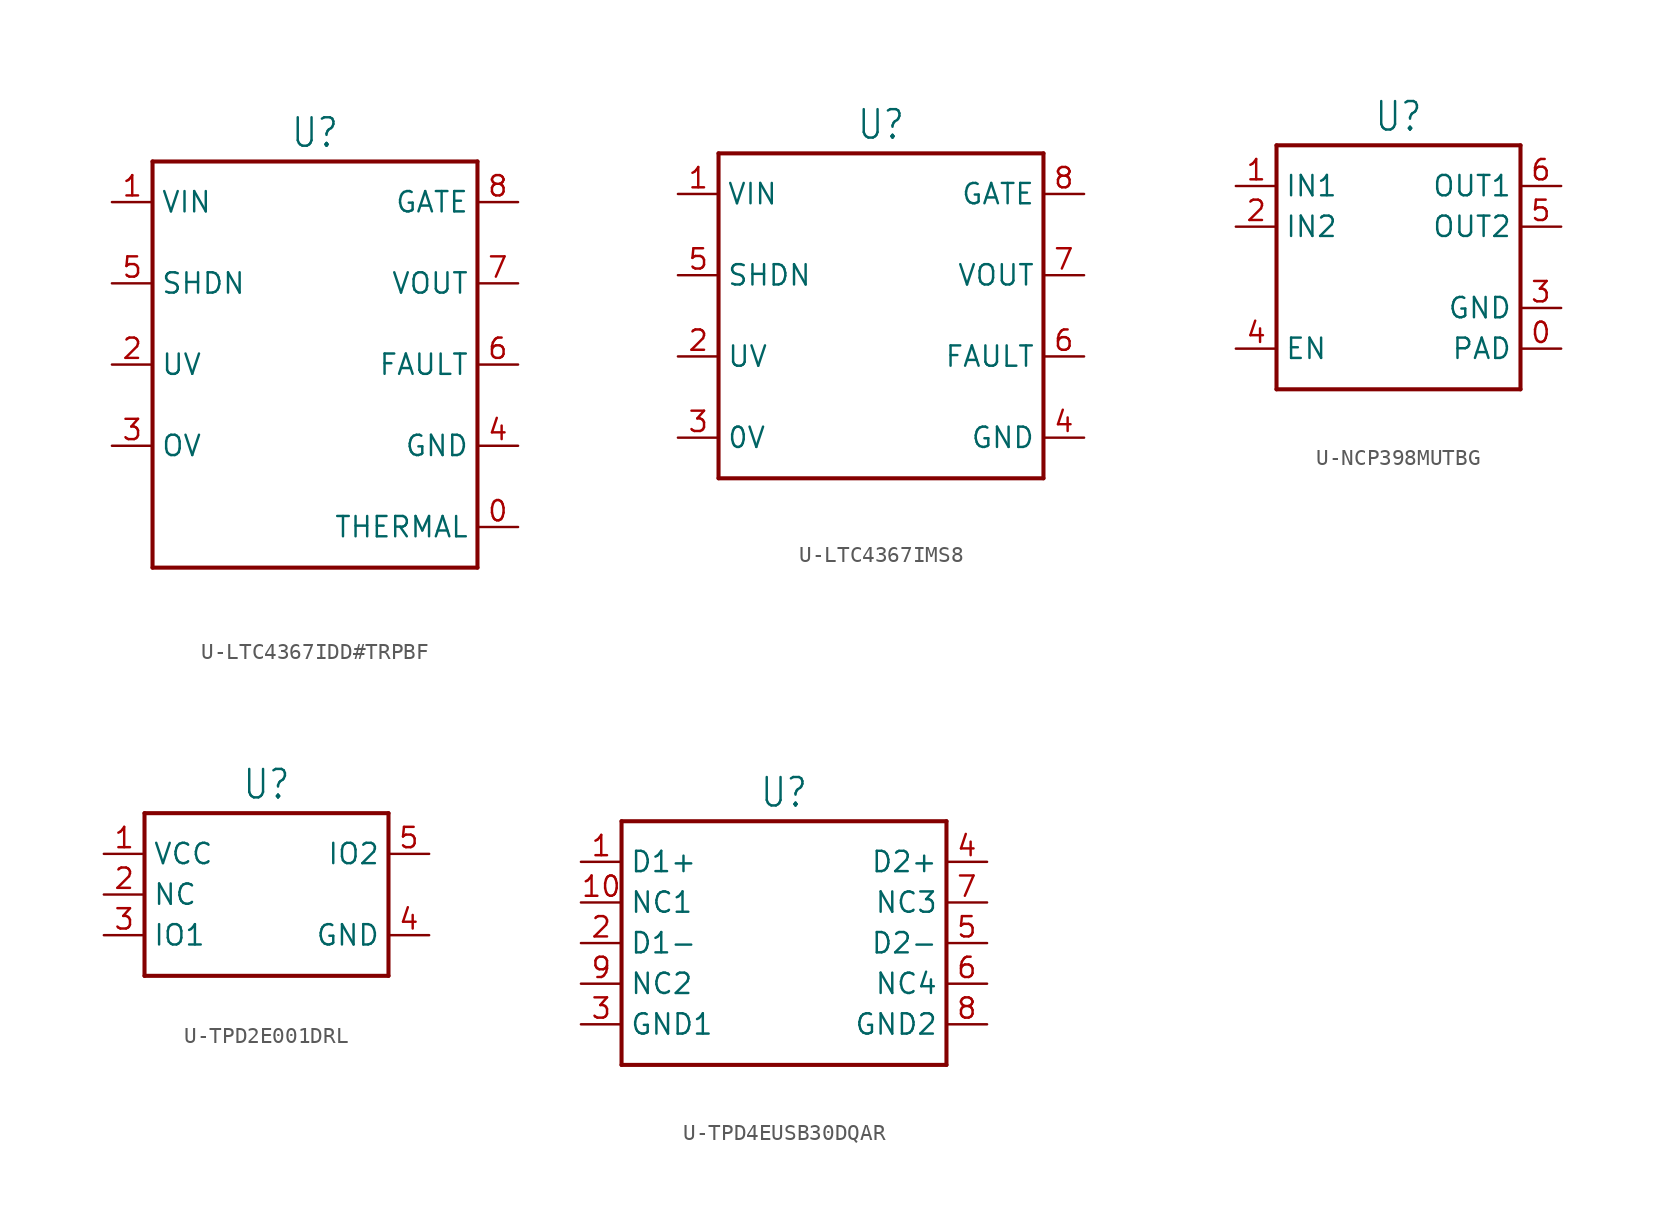
<source format=kicad_sym>
(kicad_symbol_lib
  (version 20231120)
  (generator "kicad_symbol_editor")
  (generator_version "8.0")
  (symbol "U-LTC4367IDD#TRPBF"
    (property "Reference" "U"
      (at 0 13.462 0)
      (effects (font (size 1.778 1.511)) (justify bottom)))
    (property "Value" ""
      (at 0 -13.462 0)
      (effects (font (size 1.778 1.511)) (justify top)))
    (property "ki_locked" ""
      (at 0 0 0)
      (effects (font (size 1.27 1.27))))
    (symbol "U-LTC4367IDD#TRPBF_1_0"
      (polyline (pts (xy -10.16 -12.7) (xy -10.16 12.7)) (stroke (width 0.254) (type solid)) (fill (type none)))
      (polyline (pts (xy -10.16 12.7) (xy 10.16 12.7)) (stroke (width 0.254) (type solid)) (fill (type none)))
      (polyline (pts (xy 10.16 -12.7) (xy -10.16 -12.7)) (stroke (width 0.254) (type solid)) (fill (type none)))
      (polyline (pts (xy 10.16 12.7) (xy 10.16 -12.7)) (stroke (width 0.254) (type solid)) (fill (type none)))
      (pin passive line (at 12.7 -10.16 180) (length 2.54) (name "THERMAL" (effects (font (size 1.27 1.27)))) (number "0" (effects (font (size 1.27 1.27)))))
      (pin passive line (at -12.7 10.16 0) (length 2.54) (name "VIN" (effects (font (size 1.27 1.27)))) (number "1" (effects (font (size 1.27 1.27)))))
      (pin passive line (at -12.7 0 0) (length 2.54) (name "UV" (effects (font (size 1.27 1.27)))) (number "2" (effects (font (size 1.27 1.27)))))
      (pin passive line (at -12.7 -5.08 0) (length 2.54) (name "OV" (effects (font (size 1.27 1.27)))) (number "3" (effects (font (size 1.27 1.27)))))
      (pin passive line (at 12.7 -5.08 180) (length 2.54) (name "GND" (effects (font (size 1.27 1.27)))) (number "4" (effects (font (size 1.27 1.27)))))
      (pin passive line (at -12.7 5.08 0) (length 2.54) (name "SHDN" (effects (font (size 1.27 1.27)))) (number "5" (effects (font (size 1.27 1.27)))))
      (pin passive line (at 12.7 0 180) (length 2.54) (name "FAULT" (effects (font (size 1.27 1.27)))) (number "6" (effects (font (size 1.27 1.27)))))
      (pin passive line (at 12.7 5.08 180) (length 2.54) (name "VOUT" (effects (font (size 1.27 1.27)))) (number "7" (effects (font (size 1.27 1.27)))))
      (pin passive line (at 12.7 10.16 180) (length 2.54) (name "GATE" (effects (font (size 1.27 1.27)))) (number "8" (effects (font (size 1.27 1.27)))))))
  (symbol "U-LTC4367IMS8"
    (property "Reference" "U"
      (at 0 10.922 0)
      (effects (font (size 1.778 1.511)) (justify bottom)))
    (property "Value" ""
      (at 0 -10.922 0)
      (effects (font (size 1.778 1.511)) (justify top)))
    (property "ki_locked" ""
      (at 0 0 0)
      (effects (font (size 1.27 1.27))))
    (symbol "U-LTC4367IMS8_1_0"
      (polyline (pts (xy -10.16 -10.16) (xy -10.16 10.16)) (stroke (width 0.254) (type solid)) (fill (type none)))
      (polyline (pts (xy -10.16 10.16) (xy 10.16 10.16)) (stroke (width 0.254) (type solid)) (fill (type none)))
      (polyline (pts (xy 10.16 -10.16) (xy -10.16 -10.16)) (stroke (width 0.254) (type solid)) (fill (type none)))
      (polyline (pts (xy 10.16 10.16) (xy 10.16 -10.16)) (stroke (width 0.254) (type solid)) (fill (type none)))
      (pin passive line (at -12.7 7.62 0) (length 2.54) (name "VIN" (effects (font (size 1.27 1.27)))) (number "1" (effects (font (size 1.27 1.27)))))
      (pin passive line (at -12.7 -2.54 0) (length 2.54) (name "UV" (effects (font (size 1.27 1.27)))) (number "2" (effects (font (size 1.27 1.27)))))
      (pin passive line (at -12.7 -7.62 0) (length 2.54) (name "0V" (effects (font (size 1.27 1.27)))) (number "3" (effects (font (size 1.27 1.27)))))
      (pin passive line (at 12.7 -7.62 180) (length 2.54) (name "GND" (effects (font (size 1.27 1.27)))) (number "4" (effects (font (size 1.27 1.27)))))
      (pin passive line (at -12.7 2.54 0) (length 2.54) (name "SHDN" (effects (font (size 1.27 1.27)))) (number "5" (effects (font (size 1.27 1.27)))))
      (pin passive line (at 12.7 -2.54 180) (length 2.54) (name "FAULT" (effects (font (size 1.27 1.27)))) (number "6" (effects (font (size 1.27 1.27)))))
      (pin passive line (at 12.7 2.54 180) (length 2.54) (name "VOUT" (effects (font (size 1.27 1.27)))) (number "7" (effects (font (size 1.27 1.27)))))
      (pin passive line (at 12.7 7.62 180) (length 2.54) (name "GATE" (effects (font (size 1.27 1.27)))) (number "8" (effects (font (size 1.27 1.27)))))))
  (symbol "U-NCP398MUTBG"
    (property "Reference" "U"
      (at 0 8.382 0)
      (effects (font (size 1.778 1.511)) (justify bottom)))
    (property "Value" ""
      (at 0 -8.382 0)
      (effects (font (size 1.778 1.511)) (justify top)))
    (property "ki_locked" ""
      (at 0 0 0)
      (effects (font (size 1.27 1.27))))
    (symbol "U-NCP398MUTBG_1_0"
      (polyline (pts (xy -7.62 -7.62) (xy -7.62 7.62)) (stroke (width 0.254) (type solid)) (fill (type none)))
      (polyline (pts (xy -7.62 7.62) (xy 7.62 7.62)) (stroke (width 0.254) (type solid)) (fill (type none)))
      (polyline (pts (xy 7.62 -7.62) (xy -7.62 -7.62)) (stroke (width 0.254) (type solid)) (fill (type none)))
      (polyline (pts (xy 7.62 7.62) (xy 7.62 -7.62)) (stroke (width 0.254) (type solid)) (fill (type none)))
      (pin passive line (at 10.16 -5.08 180) (length 2.54) (name "PAD" (effects (font (size 1.27 1.27)))) (number "0" (effects (font (size 1.27 1.27)))))
      (pin passive line (at -10.16 5.08 0) (length 2.54) (name "IN1" (effects (font (size 1.27 1.27)))) (number "1" (effects (font (size 1.27 1.27)))))
      (pin passive line (at -10.16 2.54 0) (length 2.54) (name "IN2" (effects (font (size 1.27 1.27)))) (number "2" (effects (font (size 1.27 1.27)))))
      (pin passive line (at 10.16 -2.54 180) (length 2.54) (name "GND" (effects (font (size 1.27 1.27)))) (number "3" (effects (font (size 1.27 1.27)))))
      (pin passive line (at -10.16 -5.08 0) (length 2.54) (name "EN" (effects (font (size 1.27 1.27)))) (number "4" (effects (font (size 1.27 1.27)))))
      (pin passive line (at 10.16 2.54 180) (length 2.54) (name "OUT2" (effects (font (size 1.27 1.27)))) (number "5" (effects (font (size 1.27 1.27)))))
      (pin passive line (at 10.16 5.08 180) (length 2.54) (name "OUT1" (effects (font (size 1.27 1.27)))) (number "6" (effects (font (size 1.27 1.27)))))))
  (symbol "U-TPD2E001DRL"
    (property "Reference" "U"
      (at 0 5.842 0)
      (effects (font (size 1.778 1.511)) (justify bottom)))
    (property "Value" ""
      (at 0 -5.842 0)
      (effects (font (size 1.778 1.511)) (justify top)))
    (property "ki_locked" ""
      (at 0 0 0)
      (effects (font (size 1.27 1.27))))
    (symbol "U-TPD2E001DRL_1_0"
      (polyline (pts (xy -7.62 -5.08) (xy -7.62 5.08)) (stroke (width 0.254) (type solid)) (fill (type none)))
      (polyline (pts (xy -7.62 5.08) (xy 7.62 5.08)) (stroke (width 0.254) (type solid)) (fill (type none)))
      (polyline (pts (xy 7.62 -5.08) (xy -7.62 -5.08)) (stroke (width 0.254) (type solid)) (fill (type none)))
      (polyline (pts (xy 7.62 5.08) (xy 7.62 -5.08)) (stroke (width 0.254) (type solid)) (fill (type none)))
      (pin passive line (at -10.16 2.54 0) (length 2.54) (name "VCC" (effects (font (size 1.27 1.27)))) (number "1" (effects (font (size 1.27 1.27)))))
      (pin passive line (at -10.16 0 0) (length 2.54) (name "NC" (effects (font (size 1.27 1.27)))) (number "2" (effects (font (size 1.27 1.27)))))
      (pin passive line (at -10.16 -2.54 0) (length 2.54) (name "IO1" (effects (font (size 1.27 1.27)))) (number "3" (effects (font (size 1.27 1.27)))))
      (pin passive line (at 10.16 -2.54 180) (length 2.54) (name "GND" (effects (font (size 1.27 1.27)))) (number "4" (effects (font (size 1.27 1.27)))))
      (pin passive line (at 10.16 2.54 180) (length 2.54) (name "IO2" (effects (font (size 1.27 1.27)))) (number "5" (effects (font (size 1.27 1.27)))))))
  (symbol "U-TPD4EUSB30DQAR"
    (property "Reference" "U"
      (at 0 8.382 0)
      (effects (font (size 1.778 1.511)) (justify bottom)))
    (property "Value" ""
      (at 0 -8.382 0)
      (effects (font (size 1.778 1.511)) (justify top)))
    (property "ki_locked" ""
      (at 0 0 0)
      (effects (font (size 1.27 1.27))))
    (symbol "U-TPD4EUSB30DQAR_1_0"
      (polyline (pts (xy -10.16 -7.62) (xy -10.16 7.62)) (stroke (width 0.254) (type solid)) (fill (type none)))
      (polyline (pts (xy -10.16 7.62) (xy 10.16 7.62)) (stroke (width 0.254) (type solid)) (fill (type none)))
      (polyline (pts (xy 10.16 -7.62) (xy -10.16 -7.62)) (stroke (width 0.254) (type solid)) (fill (type none)))
      (polyline (pts (xy 10.16 7.62) (xy 10.16 -7.62)) (stroke (width 0.254) (type solid)) (fill (type none)))
      (pin passive line (at -12.7 5.08 0) (length 2.54) (name "D1+" (effects (font (size 1.27 1.27)))) (number "1" (effects (font (size 1.27 1.27)))))
      (pin passive line (at -12.7 2.54 0) (length 2.54) (name "NC1" (effects (font (size 1.27 1.27)))) (number "10" (effects (font (size 1.27 1.27)))))
      (pin passive line (at -12.7 0 0) (length 2.54) (name "D1-" (effects (font (size 1.27 1.27)))) (number "2" (effects (font (size 1.27 1.27)))))
      (pin passive line (at -12.7 -5.08 0) (length 2.54) (name "GND1" (effects (font (size 1.27 1.27)))) (number "3" (effects (font (size 1.27 1.27)))))
      (pin passive line (at 12.7 5.08 180) (length 2.54) (name "D2+" (effects (font (size 1.27 1.27)))) (number "4" (effects (font (size 1.27 1.27)))))
      (pin passive line (at 12.7 0 180) (length 2.54) (name "D2-" (effects (font (size 1.27 1.27)))) (number "5" (effects (font (size 1.27 1.27)))))
      (pin passive line (at 12.7 -2.54 180) (length 2.54) (name "NC4" (effects (font (size 1.27 1.27)))) (number "6" (effects (font (size 1.27 1.27)))))
      (pin passive line (at 12.7 2.54 180) (length 2.54) (name "NC3" (effects (font (size 1.27 1.27)))) (number "7" (effects (font (size 1.27 1.27)))))
      (pin passive line (at 12.7 -5.08 180) (length 2.54) (name "GND2" (effects (font (size 1.27 1.27)))) (number "8" (effects (font (size 1.27 1.27)))))
      (pin passive line (at -12.7 -2.54 0) (length 2.54) (name "NC2" (effects (font (size 1.27 1.27)))) (number "9" (effects (font (size 1.27 1.27))))))))
</source>
